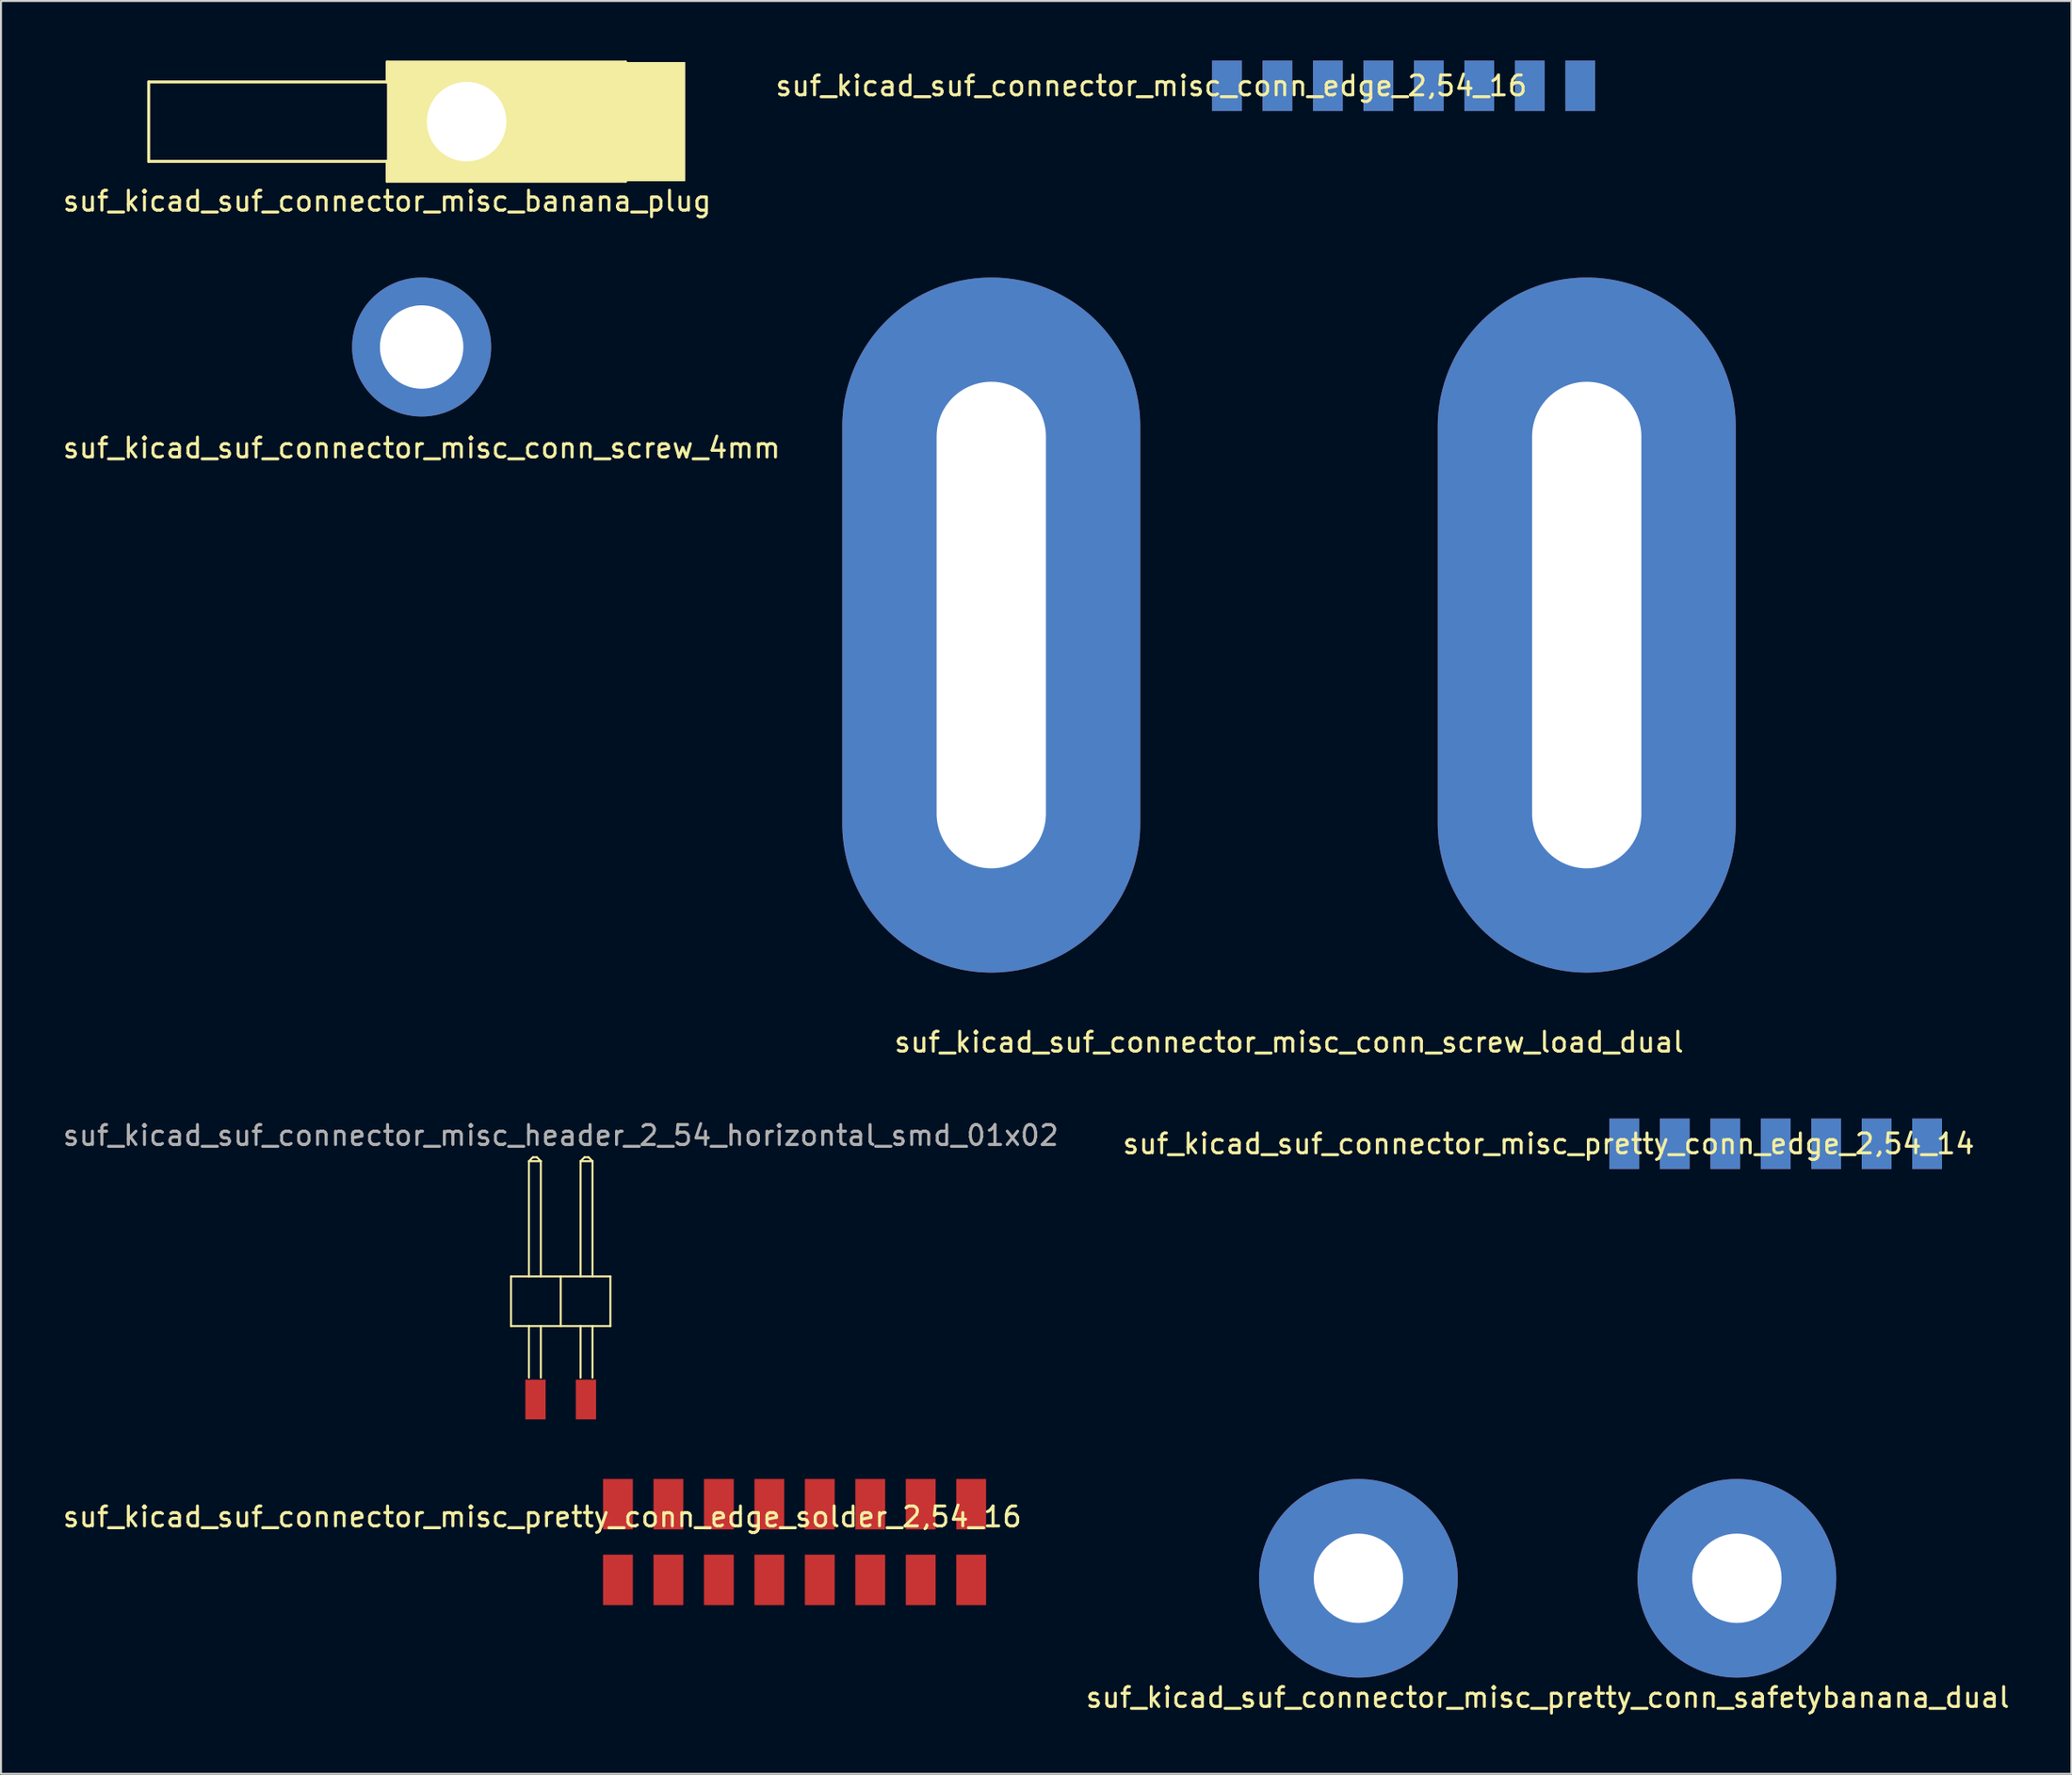
<source format=kicad_pcb>
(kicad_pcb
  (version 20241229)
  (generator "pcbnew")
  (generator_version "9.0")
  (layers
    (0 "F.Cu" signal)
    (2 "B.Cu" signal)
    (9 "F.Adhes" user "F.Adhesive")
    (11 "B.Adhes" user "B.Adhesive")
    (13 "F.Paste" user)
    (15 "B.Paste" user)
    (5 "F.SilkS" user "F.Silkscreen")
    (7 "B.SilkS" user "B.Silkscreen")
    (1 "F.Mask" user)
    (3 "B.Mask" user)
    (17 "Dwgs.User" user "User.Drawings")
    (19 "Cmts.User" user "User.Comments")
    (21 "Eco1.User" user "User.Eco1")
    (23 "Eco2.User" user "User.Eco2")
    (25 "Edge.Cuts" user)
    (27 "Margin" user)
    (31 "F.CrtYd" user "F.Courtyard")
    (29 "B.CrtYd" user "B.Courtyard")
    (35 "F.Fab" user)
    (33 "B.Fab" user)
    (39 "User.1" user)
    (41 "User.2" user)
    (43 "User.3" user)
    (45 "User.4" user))
  (footprint "suf_kicad_suf_connector_misc_conn_screw_load_dual"
    (layer "F.Cu")
    (at 61.831 28.423)
    (property "Reference" "suf_kicad_suf_connector_misc_conn_screw_load_dual" (at 0 21 0) (layer "F.SilkS") (effects (font (size 1 1) (thickness 0.15))))
    (attr through_hole)
    (pad "1" thru_hole oval (at -14.986 0) (size 15 35) (drill oval 5.5 24.5) (layers "*.Cu" "*.Mask"))
    (pad "2" thru_hole oval (at 14.986 0) (size 15 35) (drill oval 5.5 24.5) (layers "*.Cu" "*.Mask")))
  (footprint "suf_kicad_suf_connector_misc_pretty_conn_safetybanana_dual"
    (layer "F.Cu")
    (at 74.851 76.42)
    (property "Reference" "suf_kicad_suf_connector_misc_pretty_conn_safetybanana_dual" (at 0 6 0) (layer "F.SilkS") (effects (font (size 1 1) (thickness 0.15))))
    (attr through_hole)
    (pad "1" thru_hole circle (at -9.525 0) (size 10 10) (drill 4.5) (layers "*.Cu" "*.Mask"))
    (pad "2" thru_hole circle (at 9.525 0) (size 10 10) (drill 4.5) (layers "*.Cu" "*.Mask")))
  (footprint "suf_kicad_suf_connector_misc_header_2_54_horizontal_smd_01x02"
    (layer "F.Cu")
    (at 25.173 67.42)
    (property "Reference" "suf_kicad_suf_connector_misc_header_2_54_horizontal_smd_01x02" (at 0 -13.3 0) (unlocked yes) (layer "F.SilkS") (effects (font (size 1 1) (thickness 0.1))))
    (attr smd)
    (fp_line (start -2.5 -6.2) (end 2.5 -6.2) (stroke (width 0.1) (type default)) (layer "F.SilkS"))
    (fp_line (start -2.5 -3.7) (end -2.5 -6.2) (stroke (width 0.1) (type default)) (layer "F.SilkS"))
    (fp_line (start -1.6 -12) (end -1.6 -6.2) (stroke (width 0.1) (type default)) (layer "F.SilkS"))
    (fp_line (start -1.6 -12) (end -1.4 -12.2) (stroke (width 0.1) (type default)) (layer "F.SilkS"))
    (fp_line (start -1.6 -1.1) (end -1.6 -3.7) (stroke (width 0.1) (type default)) (layer "F.SilkS"))
    (fp_line (start -1.4 -12.2) (end -1.2 -12.2) (stroke (width 0.1) (type default)) (layer "F.SilkS"))
    (fp_line (start -1.2 -12.2) (end -1 -12) (stroke (width 0.1) (type default)) (layer "F.SilkS"))
    (fp_line (start -1 -12) (end -1.6 -12) (stroke (width 0.1) (type default)) (layer "F.SilkS"))
    (fp_line (start -1 -6.2) (end -1 -12) (stroke (width 0.1) (type default)) (layer "F.SilkS"))
    (fp_line (start -1 -1.1) (end -1 -3.7) (stroke (width 0.1) (type default)) (layer "F.SilkS"))
    (fp_line (start 0 -3.7) (end 0 -6.2) (stroke (width 0.1) (type default)) (layer "F.SilkS"))
    (fp_line (start 1 -12) (end 1 -6.2) (stroke (width 0.1) (type default)) (layer "F.SilkS"))
    (fp_line (start 1 -12) (end 1.2 -12.2) (stroke (width 0.1) (type default)) (layer "F.SilkS"))
    (fp_line (start 1 -1.1) (end 1 -3.7) (stroke (width 0.1) (type default)) (layer "F.SilkS"))
    (fp_line (start 1.2 -12.2) (end 1.4 -12.2) (stroke (width 0.1) (type default)) (layer "F.SilkS"))
    (fp_line (start 1.4 -12.2) (end 1.6 -12) (stroke (width 0.1) (type default)) (layer "F.SilkS"))
    (fp_line (start 1.6 -12) (end 1 -12) (stroke (width 0.1) (type default)) (layer "F.SilkS"))
    (fp_line (start 1.6 -6.2) (end 1.6 -12) (stroke (width 0.1) (type default)) (layer "F.SilkS"))
    (fp_line (start 1.6 -1.1) (end 1.6 -3.7) (stroke (width 0.1) (type default)) (layer "F.SilkS"))
    (fp_line (start 2.5 -3.7) (end -2.5 -3.7) (stroke (width 0.1) (type default)) (layer "F.SilkS"))
    (fp_line (start 2.5 -3.7) (end 2.5 -6.2) (stroke (width 0.1) (type default)) (layer "F.SilkS"))
    (fp_text user "${REFERENCE}" (at 0 -13.3 0) (unlocked yes) (layer "F.Fab") (effects (font (size 1 1) (thickness 0.15))))
    (pad "1" smd rect (at -1.27 0) (size 1.02 2) (layers "F.Cu" "F.Mask" "F.Paste"))
    (pad "2" smd rect (at 1.27 0) (size 1.02 2) (layers "F.Cu" "F.Mask" "F.Paste")))
  (footprint "suf_kicad_suf_connector_misc_conn_edge_2,54_16"
    (layer "F.Cu")
    (at 67.599 2.54)
    (property "Reference" "suf_kicad_suf_connector_misc_conn_edge_2,54_16" (at -12.7 -1.27 0) (layer "F.SilkS") (effects (font (size 1 1) (thickness 0.15))))
    (attr through_hole)
    (pad "1" smd rect (at -8.89 -1.27) (size 1.5 2.54) (layers "F.Cu" "F.Mask" "F.Paste"))
    (pad "2" smd rect (at -6.35 -1.27) (size 1.5 2.54) (layers "F.Cu" "F.Mask" "F.Paste"))
    (pad "3" smd rect (at -3.81 -1.27) (size 1.5 2.54) (layers "F.Cu" "F.Mask" "F.Paste"))
    (pad "4" smd rect (at -1.27 -1.27) (size 1.5 2.54) (layers "F.Cu" "F.Mask" "F.Paste"))
    (pad "5" smd rect (at 1.27 -1.27) (size 1.5 2.54) (layers "F.Cu" "F.Mask" "F.Paste"))
    (pad "6" smd rect (at 3.81 -1.27) (size 1.5 2.54) (layers "F.Cu" "F.Mask" "F.Paste"))
    (pad "7" smd rect (at 6.35 -1.27) (size 1.5 2.54) (layers "F.Cu" "F.Mask" "F.Paste"))
    (pad "8" smd rect (at 8.89 -1.27) (size 1.5 2.54) (layers "F.Cu" "F.Mask" "F.Paste"))
    (pad "9" smd rect (at 8.89 -1.27) (size 1.5 2.54) (layers "B.Cu" "B.Mask" "B.Paste"))
    (pad "10" smd rect (at 6.35 -1.27) (size 1.5 2.54) (layers "B.Cu" "B.Mask" "B.Paste"))
    (pad "11" smd rect (at 3.81 -1.27) (size 1.5 2.54) (layers "B.Cu" "B.Mask" "B.Paste"))
    (pad "12" smd rect (at 1.27 -1.27) (size 1.5 2.54) (layers "B.Cu" "B.Mask" "B.Paste"))
    (pad "13" smd rect (at -1.27 -1.27) (size 1.5 2.54) (layers "B.Cu" "B.Mask" "B.Paste"))
    (pad "14" smd rect (at -3.81 -1.27) (size 1.5 2.54) (layers "B.Cu" "B.Mask" "B.Paste"))
    (pad "15" smd rect (at -6.35 -1.27) (size 1.5 2.54) (layers "B.Cu" "B.Mask" "B.Paste"))
    (pad "16" smd rect (at -8.89 -1.27) (size 1.5 2.54) (layers "B.Cu" "B.Mask" "B.Paste")))
  (footprint "suf_kicad_suf_connector_misc_pretty_conn_edge_solder_2,54_16"
    (layer "F.Cu")
    (at 36.944 74.595)
    (property "Reference" "suf_kicad_suf_connector_misc_pretty_conn_edge_solder_2,54_16" (at -12.7 -1.27 0) (layer "F.SilkS") (effects (font (size 1 1) (thickness 0.15))))
    (attr through_hole)
    (pad "1" smd rect (at -8.89 1.905) (size 1.5 2.54) (layers "F.Cu" "F.Mask" "F.Paste"))
    (pad "2" smd rect (at -6.35 1.905) (size 1.5 2.54) (layers "F.Cu" "F.Mask" "F.Paste"))
    (pad "3" smd rect (at -3.81 1.905) (size 1.5 2.54) (layers "F.Cu" "F.Mask" "F.Paste"))
    (pad "4" smd rect (at -1.27 1.905) (size 1.5 2.54) (layers "F.Cu" "F.Mask" "F.Paste"))
    (pad "5" smd rect (at 1.27 1.905) (size 1.5 2.54) (layers "F.Cu" "F.Mask" "F.Paste"))
    (pad "6" smd rect (at 3.81 1.905) (size 1.5 2.54) (layers "F.Cu" "F.Mask" "F.Paste"))
    (pad "7" smd rect (at 6.35 1.905) (size 1.5 2.54) (layers "F.Cu" "F.Mask" "F.Paste"))
    (pad "8" smd rect (at 8.89 1.905) (size 1.5 2.54) (layers "F.Cu" "F.Mask" "F.Paste"))
    (pad "9" smd rect (at 8.89 -1.905) (size 1.5 2.54) (layers "F.Cu" "F.Mask" "F.Paste"))
    (pad "10" smd rect (at 6.35 -1.905) (size 1.5 2.54) (layers "F.Cu" "F.Mask" "F.Paste"))
    (pad "11" smd rect (at 3.81 -1.905) (size 1.5 2.54) (layers "F.Cu" "F.Mask" "F.Paste"))
    (pad "12" smd rect (at 1.27 -1.905) (size 1.5 2.54) (layers "F.Cu" "F.Mask" "F.Paste"))
    (pad "13" smd rect (at -1.27 -1.905) (size 1.5 2.54) (layers "F.Cu" "F.Mask" "F.Paste"))
    (pad "14" smd rect (at -3.81 -1.905) (size 1.5 2.54) (layers "F.Cu" "F.Mask" "F.Paste"))
    (pad "15" smd rect (at -6.35 -1.905) (size 1.5 2.54) (layers "F.Cu" "F.Mask" "F.Paste"))
    (pad "16" smd rect (at -8.89 -1.905) (size 1.5 2.54) (layers "F.Cu" "F.Mask" "F.Paste")))
  (footprint "suf_kicad_suf_connector_misc_conn_screw_4mm"
    (layer "F.Cu")
    (at 18.173 14.423)
    (property "Reference" "suf_kicad_suf_connector_misc_conn_screw_4mm" (at 0 5.08 0) (layer "F.SilkS") (effects (font (size 1 1) (thickness 0.15))))
    (attr through_hole)
    (pad "1" thru_hole circle (at 0 0) (size 7 7) (drill 4.2) (layers "*.Cu" "*.Mask")))
  (footprint "suf_kicad_suf_connector_misc_banana_plug"
    (layer "F.Cu")
    (at 16.435 3.075)
    (property "Reference" "suf_kicad_suf_connector_misc_banana_plug" (at 0 4 0) (layer "F.SilkS") (effects (font (size 1 1) (thickness 0.15))))
    (attr through_hole)
    (fp_line (start -12 -2) (end -12 2) (stroke (width 0.15) (type solid)) (layer "F.SilkS"))
    (fp_line (start -12 2) (end 0 2) (stroke (width 0.15) (type solid)) (layer "F.SilkS"))
    (fp_line (start 0 -3) (end 0 -2) (stroke (width 0.15) (type solid)) (layer "F.SilkS"))
    (fp_line (start 0 -2) (end -12 -2) (stroke (width 0.15) (type solid)) (layer "F.SilkS"))
    (fp_line (start 0 2) (end 0 3) (stroke (width 0.15) (type solid)) (layer "F.SilkS"))
    (fp_line (start 0 3) (end 12 3) (stroke (width 0.15) (type solid)) (layer "F.SilkS"))
    (fp_line (start 12 -3) (end 0 -3) (stroke (width 0.15) (type solid)) (layer "F.SilkS"))
    (fp_line (start 12 3) (end 12 -3) (stroke (width 0.15) (type solid)) (layer "F.SilkS"))
    (pad "1" thru_hole rect (at 4 0) (size 15 6) (drill 4 (offset 3.5 0)) (layers "*.Cu" "*.Mask" "F.SilkS")))
  (footprint "suf_kicad_suf_connector_misc_pretty_conn_edge_2,54_14"
    (layer "F.Cu")
    (at 86.329 55.812)
    (property "Reference" "suf_kicad_suf_connector_misc_pretty_conn_edge_2,54_14" (at -11.43 -1.27 0) (layer "F.SilkS") (effects (font (size 1 1) (thickness 0.15))))
    (attr through_hole)
    (pad "1" smd rect (at -7.62 -1.27) (size 1.5 2.54) (layers "F.Cu" "F.Mask" "F.Paste"))
    (pad "2" smd rect (at -5.08 -1.27) (size 1.5 2.54) (layers "F.Cu" "F.Mask" "F.Paste"))
    (pad "3" smd rect (at -2.54 -1.27) (size 1.5 2.54) (layers "F.Cu" "F.Mask" "F.Paste"))
    (pad "4" smd rect (at 0 -1.27) (size 1.5 2.54) (layers "F.Cu" "F.Mask" "F.Paste"))
    (pad "5" smd rect (at 2.54 -1.27) (size 1.5 2.54) (layers "F.Cu" "F.Mask" "F.Paste"))
    (pad "6" smd rect (at 5.08 -1.27) (size 1.5 2.54) (layers "F.Cu" "F.Mask" "F.Paste"))
    (pad "7" smd rect (at 7.62 -1.27) (size 1.5 2.54) (layers "F.Cu" "F.Mask" "F.Paste"))
    (pad "8" smd rect (at 7.62 -1.27) (size 1.5 2.54) (layers "B.Cu" "B.Mask" "B.Paste"))
    (pad "9" smd rect (at 5.08 -1.27) (size 1.5 2.54) (layers "B.Cu" "B.Mask" "B.Paste"))
    (pad "10" smd rect (at 2.54 -1.27) (size 1.5 2.54) (layers "B.Cu" "B.Mask" "B.Paste"))
    (pad "11" smd rect (at 0 -1.27) (size 1.5 2.54) (layers "B.Cu" "B.Mask" "B.Paste"))
    (pad "12" smd rect (at -2.54 -1.27) (size 1.5 2.54) (layers "B.Cu" "B.Mask" "B.Paste"))
    (pad "13" smd rect (at -5.08 -1.27) (size 1.5 2.54) (layers "B.Cu" "B.Mask" "B.Paste"))
    (pad "14" smd rect (at -7.62 -1.27) (size 1.5 2.54) (layers "B.Cu" "B.Mask" "B.Paste")))
  (gr_rect
    (start -3 -3)
    (end 101.214 86.268)
    (stroke (width 0.1) (type default))
    (fill no)
    (layer "Edge.Cuts")))
</source>
